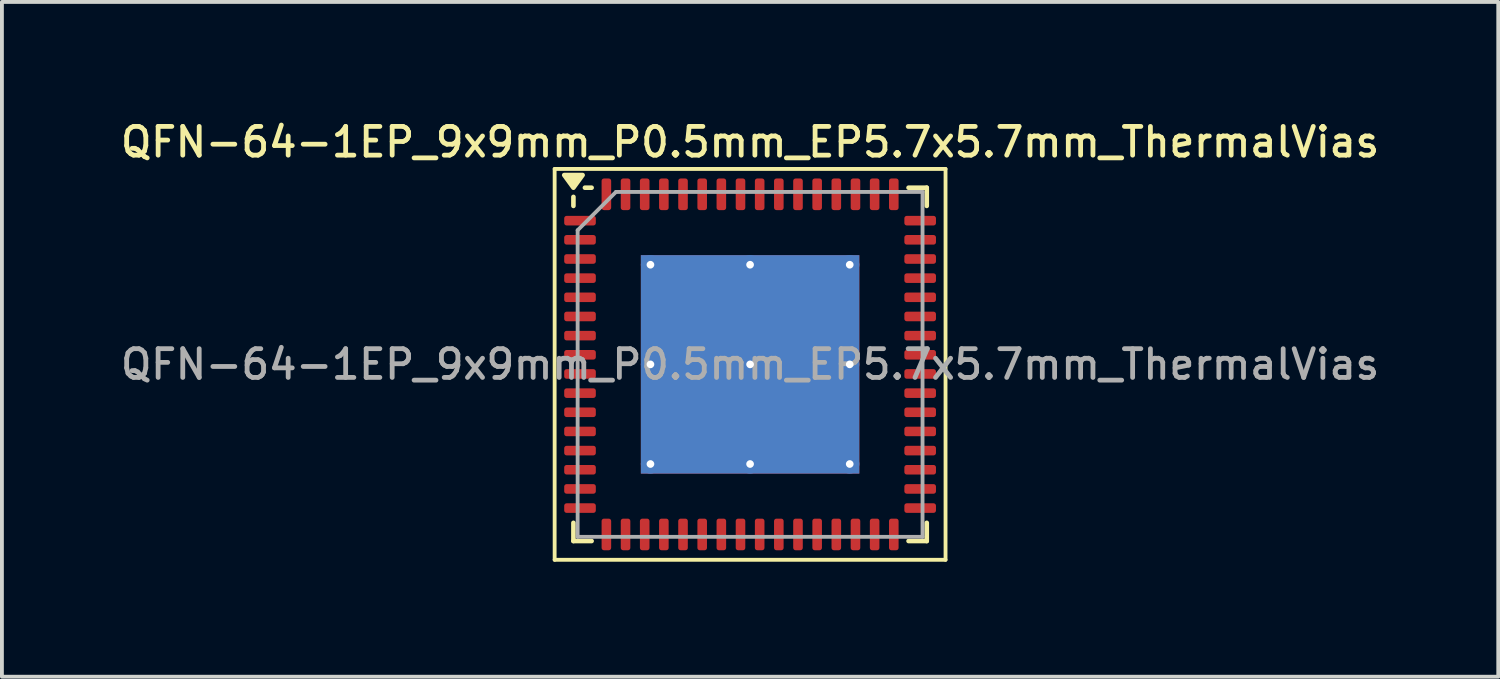
<source format=kicad_pcb>
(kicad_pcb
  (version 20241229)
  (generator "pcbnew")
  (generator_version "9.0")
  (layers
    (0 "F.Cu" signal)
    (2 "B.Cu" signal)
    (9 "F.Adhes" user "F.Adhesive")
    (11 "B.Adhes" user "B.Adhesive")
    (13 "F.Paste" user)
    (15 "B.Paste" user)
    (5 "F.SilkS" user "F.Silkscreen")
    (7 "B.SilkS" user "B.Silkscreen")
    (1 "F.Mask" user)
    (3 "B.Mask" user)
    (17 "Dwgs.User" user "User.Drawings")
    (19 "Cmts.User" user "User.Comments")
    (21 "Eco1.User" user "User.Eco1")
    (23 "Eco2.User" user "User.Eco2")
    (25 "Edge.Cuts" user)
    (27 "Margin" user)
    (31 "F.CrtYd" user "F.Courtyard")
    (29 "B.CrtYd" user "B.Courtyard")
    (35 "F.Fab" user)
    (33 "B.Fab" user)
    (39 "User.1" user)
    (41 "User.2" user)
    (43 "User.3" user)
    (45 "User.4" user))
  (footprint "QFN-64-1EP_9x9mm_P0.5mm_EP5.7x5.7mm_ThermalVias"
    (layer "F.Cu")
    (at 16.523 6.458)
    (property "Reference" "QFN-64-1EP_9x9mm_P0.5mm_EP5.7x5.7mm_ThermalVias" (at 0 -5.8 0) (layer "F.SilkS") (effects (font (size 0.75 0.75) (thickness 0.125))))
    (attr smd)
    (fp_line (start -5.1 -5.1) (end -5.1 5.1) (stroke (width 0.1) (type solid)) (layer "F.SilkS"))
    (fp_line (start -5.1 5.1) (end 5.1 5.1) (stroke (width 0.1) (type solid)) (layer "F.SilkS"))
    (fp_line (start -4.61 -4.135) (end -4.61 -4.37) (stroke (width 0.12) (type solid)) (layer "F.SilkS"))
    (fp_line (start -4.61 4.61) (end -4.61 4.135) (stroke (width 0.12) (type solid)) (layer "F.SilkS"))
    (fp_line (start -4.135 -4.61) (end -4.31 -4.61) (stroke (width 0.12) (type solid)) (layer "F.SilkS"))
    (fp_line (start -4.135 4.61) (end -4.61 4.61) (stroke (width 0.12) (type solid)) (layer "F.SilkS"))
    (fp_line (start 4.135 -4.61) (end 4.61 -4.61) (stroke (width 0.12) (type solid)) (layer "F.SilkS"))
    (fp_line (start 4.135 4.61) (end 4.61 4.61) (stroke (width 0.12) (type solid)) (layer "F.SilkS"))
    (fp_line (start 4.61 -4.61) (end 4.61 -4.135) (stroke (width 0.12) (type solid)) (layer "F.SilkS"))
    (fp_line (start 4.61 4.61) (end 4.61 4.135) (stroke (width 0.12) (type solid)) (layer "F.SilkS"))
    (fp_line (start 5.1 -5.1) (end -5.1 -5.1) (stroke (width 0.1) (type solid)) (layer "F.SilkS"))
    (fp_line (start 5.1 5.1) (end 5.1 -5.1) (stroke (width 0.1) (type solid)) (layer "F.SilkS"))
    (fp_poly (pts (xy -4.61 -4.61) (xy -4.85 -4.94) (xy -4.37 -4.94) (xy -4.61 -4.61)) (stroke (width 0.12) (type solid)) (fill yes) (layer "F.SilkS"))
    (fp_line (start -4.5 -3.5) (end -3.5 -4.5) (stroke (width 0.1) (type solid)) (layer "F.Fab"))
    (fp_line (start -4.5 4.5) (end -4.5 -3.5) (stroke (width 0.1) (type solid)) (layer "F.Fab"))
    (fp_line (start -3.5 -4.5) (end 4.5 -4.5) (stroke (width 0.1) (type solid)) (layer "F.Fab"))
    (fp_line (start 4.5 -4.5) (end 4.5 4.5) (stroke (width 0.1) (type solid)) (layer "F.Fab"))
    (fp_line (start 4.5 4.5) (end -4.5 4.5) (stroke (width 0.1) (type solid)) (layer "F.Fab"))
    (fp_text user "${REFERENCE}" (at 0 0 0) (layer "F.Fab") (effects (font (size 0.75 0.75) (thickness 0.125))))
    (pad "" smd roundrect (at -1.3 -1.3) (size 2.298 2.298) (layers "F.Paste") (roundrect_rratio 0.109))
    (pad "" smd roundrect (at -1.3 1.3) (size 2.298 2.298) (layers "F.Paste") (roundrect_rratio 0.109))
    (pad "" smd roundrect (at 1.3 -1.3) (size 2.298 2.298) (layers "F.Paste") (roundrect_rratio 0.109))
    (pad "" smd roundrect (at 1.3 1.3) (size 2.298 2.298) (layers "F.Paste") (roundrect_rratio 0.109))
    (pad "1" smd roundrect (at -4.438 -3.75) (size 0.825 0.25) (layers "F.Cu" "F.Mask" "F.Paste") (roundrect_rratio 0.25))
    (pad "2" smd roundrect (at -4.438 -3.25) (size 0.825 0.25) (layers "F.Cu" "F.Mask" "F.Paste") (roundrect_rratio 0.25))
    (pad "3" smd roundrect (at -4.438 -2.75) (size 0.825 0.25) (layers "F.Cu" "F.Mask" "F.Paste") (roundrect_rratio 0.25))
    (pad "4" smd roundrect (at -4.438 -2.25) (size 0.825 0.25) (layers "F.Cu" "F.Mask" "F.Paste") (roundrect_rratio 0.25))
    (pad "5" smd roundrect (at -4.438 -1.75) (size 0.825 0.25) (layers "F.Cu" "F.Mask" "F.Paste") (roundrect_rratio 0.25))
    (pad "6" smd roundrect (at -4.438 -1.25) (size 0.825 0.25) (layers "F.Cu" "F.Mask" "F.Paste") (roundrect_rratio 0.25))
    (pad "7" smd roundrect (at -4.438 -0.75) (size 0.825 0.25) (layers "F.Cu" "F.Mask" "F.Paste") (roundrect_rratio 0.25))
    (pad "8" smd roundrect (at -4.438 -0.25) (size 0.825 0.25) (layers "F.Cu" "F.Mask" "F.Paste") (roundrect_rratio 0.25))
    (pad "9" smd roundrect (at -4.438 0.25) (size 0.825 0.25) (layers "F.Cu" "F.Mask" "F.Paste") (roundrect_rratio 0.25))
    (pad "10" smd roundrect (at -4.438 0.75) (size 0.825 0.25) (layers "F.Cu" "F.Mask" "F.Paste") (roundrect_rratio 0.25))
    (pad "11" smd roundrect (at -4.438 1.25) (size 0.825 0.25) (layers "F.Cu" "F.Mask" "F.Paste") (roundrect_rratio 0.25))
    (pad "12" smd roundrect (at -4.438 1.75) (size 0.825 0.25) (layers "F.Cu" "F.Mask" "F.Paste") (roundrect_rratio 0.25))
    (pad "13" smd roundrect (at -4.438 2.25) (size 0.825 0.25) (layers "F.Cu" "F.Mask" "F.Paste") (roundrect_rratio 0.25))
    (pad "14" smd roundrect (at -4.438 2.75) (size 0.825 0.25) (layers "F.Cu" "F.Mask" "F.Paste") (roundrect_rratio 0.25))
    (pad "15" smd roundrect (at -4.438 3.25) (size 0.825 0.25) (layers "F.Cu" "F.Mask" "F.Paste") (roundrect_rratio 0.25))
    (pad "16" smd roundrect (at -4.438 3.75) (size 0.825 0.25) (layers "F.Cu" "F.Mask" "F.Paste") (roundrect_rratio 0.25))
    (pad "17" smd roundrect (at -3.75 4.438) (size 0.25 0.825) (layers "F.Cu" "F.Mask" "F.Paste") (roundrect_rratio 0.25))
    (pad "18" smd roundrect (at -3.25 4.438) (size 0.25 0.825) (layers "F.Cu" "F.Mask" "F.Paste") (roundrect_rratio 0.25))
    (pad "19" smd roundrect (at -2.75 4.438) (size 0.25 0.825) (layers "F.Cu" "F.Mask" "F.Paste") (roundrect_rratio 0.25))
    (pad "20" smd roundrect (at -2.25 4.438) (size 0.25 0.825) (layers "F.Cu" "F.Mask" "F.Paste") (roundrect_rratio 0.25))
    (pad "21" smd roundrect (at -1.75 4.438) (size 0.25 0.825) (layers "F.Cu" "F.Mask" "F.Paste") (roundrect_rratio 0.25))
    (pad "22" smd roundrect (at -1.25 4.438) (size 0.25 0.825) (layers "F.Cu" "F.Mask" "F.Paste") (roundrect_rratio 0.25))
    (pad "23" smd roundrect (at -0.75 4.438) (size 0.25 0.825) (layers "F.Cu" "F.Mask" "F.Paste") (roundrect_rratio 0.25))
    (pad "24" smd roundrect (at -0.25 4.438) (size 0.25 0.825) (layers "F.Cu" "F.Mask" "F.Paste") (roundrect_rratio 0.25))
    (pad "25" smd roundrect (at 0.25 4.438) (size 0.25 0.825) (layers "F.Cu" "F.Mask" "F.Paste") (roundrect_rratio 0.25))
    (pad "26" smd roundrect (at 0.75 4.438) (size 0.25 0.825) (layers "F.Cu" "F.Mask" "F.Paste") (roundrect_rratio 0.25))
    (pad "27" smd roundrect (at 1.25 4.438) (size 0.25 0.825) (layers "F.Cu" "F.Mask" "F.Paste") (roundrect_rratio 0.25))
    (pad "28" smd roundrect (at 1.75 4.438) (size 0.25 0.825) (layers "F.Cu" "F.Mask" "F.Paste") (roundrect_rratio 0.25))
    (pad "29" smd roundrect (at 2.25 4.438) (size 0.25 0.825) (layers "F.Cu" "F.Mask" "F.Paste") (roundrect_rratio 0.25))
    (pad "30" smd roundrect (at 2.75 4.438) (size 0.25 0.825) (layers "F.Cu" "F.Mask" "F.Paste") (roundrect_rratio 0.25))
    (pad "31" smd roundrect (at 3.25 4.438) (size 0.25 0.825) (layers "F.Cu" "F.Mask" "F.Paste") (roundrect_rratio 0.25))
    (pad "32" smd roundrect (at 3.75 4.438) (size 0.25 0.825) (layers "F.Cu" "F.Mask" "F.Paste") (roundrect_rratio 0.25))
    (pad "33" smd roundrect (at 4.438 3.75) (size 0.825 0.25) (layers "F.Cu" "F.Mask" "F.Paste") (roundrect_rratio 0.25))
    (pad "34" smd roundrect (at 4.438 3.25) (size 0.825 0.25) (layers "F.Cu" "F.Mask" "F.Paste") (roundrect_rratio 0.25))
    (pad "35" smd roundrect (at 4.438 2.75) (size 0.825 0.25) (layers "F.Cu" "F.Mask" "F.Paste") (roundrect_rratio 0.25))
    (pad "36" smd roundrect (at 4.438 2.25) (size 0.825 0.25) (layers "F.Cu" "F.Mask" "F.Paste") (roundrect_rratio 0.25))
    (pad "37" smd roundrect (at 4.438 1.75) (size 0.825 0.25) (layers "F.Cu" "F.Mask" "F.Paste") (roundrect_rratio 0.25))
    (pad "38" smd roundrect (at 4.438 1.25) (size 0.825 0.25) (layers "F.Cu" "F.Mask" "F.Paste") (roundrect_rratio 0.25))
    (pad "39" smd roundrect (at 4.438 0.75) (size 0.825 0.25) (layers "F.Cu" "F.Mask" "F.Paste") (roundrect_rratio 0.25))
    (pad "40" smd roundrect (at 4.438 0.25) (size 0.825 0.25) (layers "F.Cu" "F.Mask" "F.Paste") (roundrect_rratio 0.25))
    (pad "41" smd roundrect (at 4.438 -0.25) (size 0.825 0.25) (layers "F.Cu" "F.Mask" "F.Paste") (roundrect_rratio 0.25))
    (pad "42" smd roundrect (at 4.438 -0.75) (size 0.825 0.25) (layers "F.Cu" "F.Mask" "F.Paste") (roundrect_rratio 0.25))
    (pad "43" smd roundrect (at 4.438 -1.25) (size 0.825 0.25) (layers "F.Cu" "F.Mask" "F.Paste") (roundrect_rratio 0.25))
    (pad "44" smd roundrect (at 4.438 -1.75) (size 0.825 0.25) (layers "F.Cu" "F.Mask" "F.Paste") (roundrect_rratio 0.25))
    (pad "45" smd roundrect (at 4.438 -2.25) (size 0.825 0.25) (layers "F.Cu" "F.Mask" "F.Paste") (roundrect_rratio 0.25))
    (pad "46" smd roundrect (at 4.438 -2.75) (size 0.825 0.25) (layers "F.Cu" "F.Mask" "F.Paste") (roundrect_rratio 0.25))
    (pad "47" smd roundrect (at 4.438 -3.25) (size 0.825 0.25) (layers "F.Cu" "F.Mask" "F.Paste") (roundrect_rratio 0.25))
    (pad "48" smd roundrect (at 4.438 -3.75) (size 0.825 0.25) (layers "F.Cu" "F.Mask" "F.Paste") (roundrect_rratio 0.25))
    (pad "49" smd roundrect (at 3.75 -4.438) (size 0.25 0.825) (layers "F.Cu" "F.Mask" "F.Paste") (roundrect_rratio 0.25))
    (pad "50" smd roundrect (at 3.25 -4.438) (size 0.25 0.825) (layers "F.Cu" "F.Mask" "F.Paste") (roundrect_rratio 0.25))
    (pad "51" smd roundrect (at 2.75 -4.438) (size 0.25 0.825) (layers "F.Cu" "F.Mask" "F.Paste") (roundrect_rratio 0.25))
    (pad "52" smd roundrect (at 2.25 -4.438) (size 0.25 0.825) (layers "F.Cu" "F.Mask" "F.Paste") (roundrect_rratio 0.25))
    (pad "53" smd roundrect (at 1.75 -4.438) (size 0.25 0.825) (layers "F.Cu" "F.Mask" "F.Paste") (roundrect_rratio 0.25))
    (pad "54" smd roundrect (at 1.25 -4.438) (size 0.25 0.825) (layers "F.Cu" "F.Mask" "F.Paste") (roundrect_rratio 0.25))
    (pad "55" smd roundrect (at 0.75 -4.438) (size 0.25 0.825) (layers "F.Cu" "F.Mask" "F.Paste") (roundrect_rratio 0.25))
    (pad "56" smd roundrect (at 0.25 -4.438) (size 0.25 0.825) (layers "F.Cu" "F.Mask" "F.Paste") (roundrect_rratio 0.25))
    (pad "57" smd roundrect (at -0.25 -4.438) (size 0.25 0.825) (layers "F.Cu" "F.Mask" "F.Paste") (roundrect_rratio 0.25))
    (pad "58" smd roundrect (at -0.75 -4.438) (size 0.25 0.825) (layers "F.Cu" "F.Mask" "F.Paste") (roundrect_rratio 0.25))
    (pad "59" smd roundrect (at -1.25 -4.438) (size 0.25 0.825) (layers "F.Cu" "F.Mask" "F.Paste") (roundrect_rratio 0.25))
    (pad "60" smd roundrect (at -1.75 -4.438) (size 0.25 0.825) (layers "F.Cu" "F.Mask" "F.Paste") (roundrect_rratio 0.25))
    (pad "61" smd roundrect (at -2.25 -4.438) (size 0.25 0.825) (layers "F.Cu" "F.Mask" "F.Paste") (roundrect_rratio 0.25))
    (pad "62" smd roundrect (at -2.75 -4.438) (size 0.25 0.825) (layers "F.Cu" "F.Mask" "F.Paste") (roundrect_rratio 0.25))
    (pad "63" smd roundrect (at -3.25 -4.438) (size 0.25 0.825) (layers "F.Cu" "F.Mask" "F.Paste") (roundrect_rratio 0.25))
    (pad "64" smd roundrect (at -3.75 -4.438) (size 0.25 0.825) (layers "F.Cu" "F.Mask" "F.Paste") (roundrect_rratio 0.25))
    (pad "65" thru_hole circle (at -2.6 -2.6) (size 0.5 0.5) (drill 0.2) (property pad_prop_heatsink) (layers "*.Cu"))
    (pad "65" thru_hole circle (at -2.6 0) (size 0.5 0.5) (drill 0.2) (property pad_prop_heatsink) (layers "*.Cu"))
    (pad "65" thru_hole circle (at -2.6 2.6) (size 0.5 0.5) (drill 0.2) (property pad_prop_heatsink) (layers "*.Cu"))
    (pad "65" thru_hole circle (at 0 -2.6) (size 0.5 0.5) (drill 0.2) (property pad_prop_heatsink) (layers "*.Cu"))
    (pad "65" thru_hole circle (at 0 0) (size 0.5 0.5) (drill 0.2) (property pad_prop_heatsink) (layers "*.Cu"))
    (pad "65" smd rect (at 0 0) (size 5.7 5.7) (property pad_prop_heatsink) (layers "F.Cu" "F.Mask"))
    (pad "65" smd rect (at 0 0) (size 5.7 5.7) (property pad_prop_heatsink) (layers "B.Cu"))
    (pad "65" thru_hole circle (at 0 2.6) (size 0.5 0.5) (drill 0.2) (property pad_prop_heatsink) (layers "*.Cu"))
    (pad "65" thru_hole circle (at 2.6 -2.6) (size 0.5 0.5) (drill 0.2) (property pad_prop_heatsink) (layers "*.Cu"))
    (pad "65" thru_hole circle (at 2.6 0) (size 0.5 0.5) (drill 0.2) (property pad_prop_heatsink) (layers "*.Cu"))
    (pad "65" thru_hole circle (at 2.6 2.6) (size 0.5 0.5) (drill 0.2) (property pad_prop_heatsink) (layers "*.Cu")))
  (gr_rect
    (start -3 -3)
    (end 36.046 14.608)
    (stroke (width 0.1) (type default))
    (fill no)
    (layer "Edge.Cuts")))
</source>
